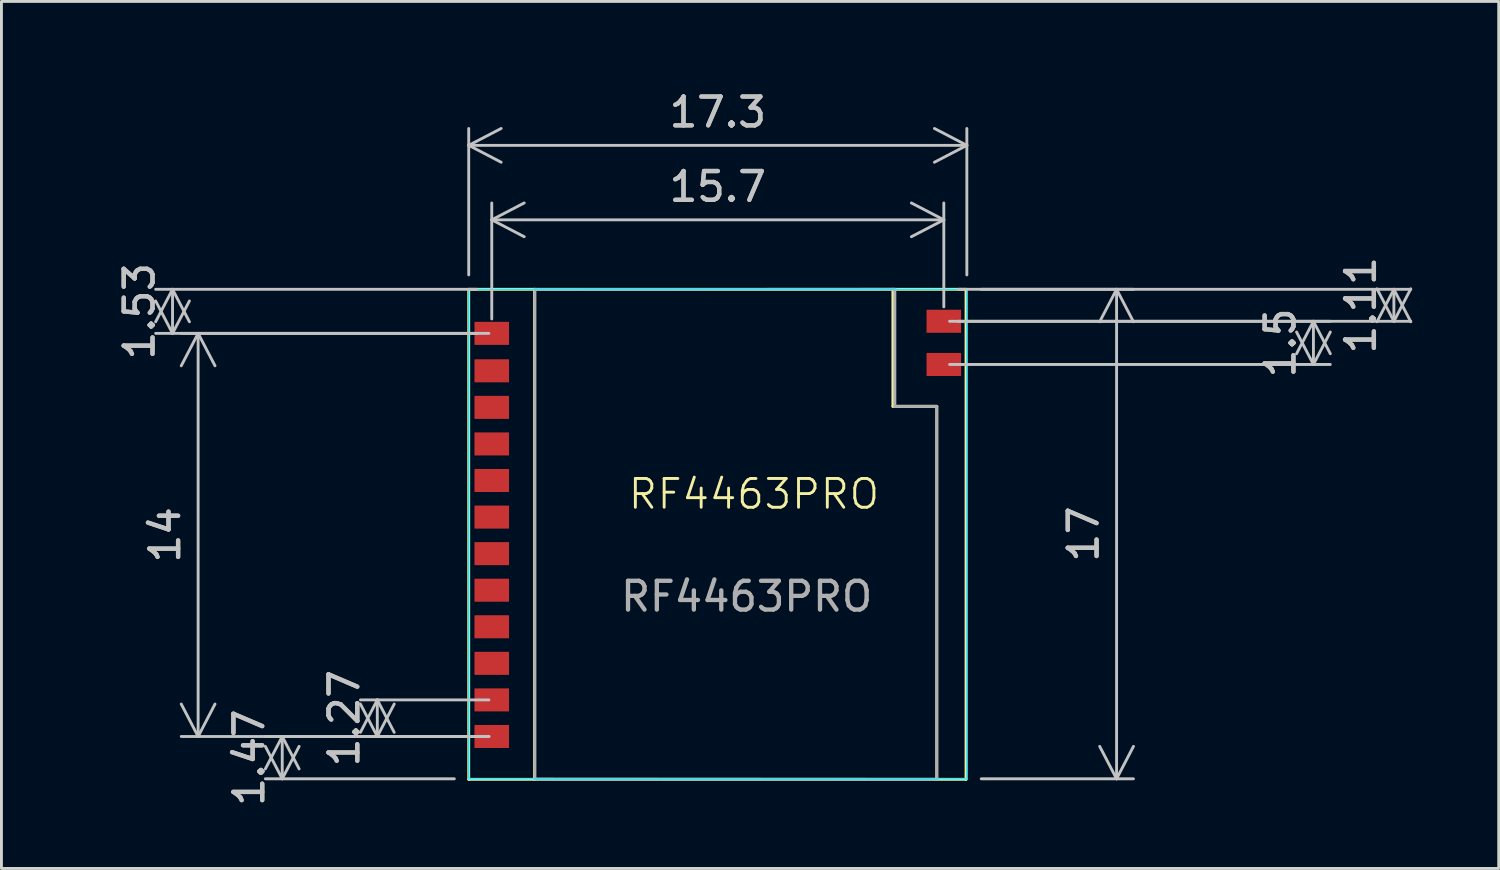
<source format=kicad_pcb>
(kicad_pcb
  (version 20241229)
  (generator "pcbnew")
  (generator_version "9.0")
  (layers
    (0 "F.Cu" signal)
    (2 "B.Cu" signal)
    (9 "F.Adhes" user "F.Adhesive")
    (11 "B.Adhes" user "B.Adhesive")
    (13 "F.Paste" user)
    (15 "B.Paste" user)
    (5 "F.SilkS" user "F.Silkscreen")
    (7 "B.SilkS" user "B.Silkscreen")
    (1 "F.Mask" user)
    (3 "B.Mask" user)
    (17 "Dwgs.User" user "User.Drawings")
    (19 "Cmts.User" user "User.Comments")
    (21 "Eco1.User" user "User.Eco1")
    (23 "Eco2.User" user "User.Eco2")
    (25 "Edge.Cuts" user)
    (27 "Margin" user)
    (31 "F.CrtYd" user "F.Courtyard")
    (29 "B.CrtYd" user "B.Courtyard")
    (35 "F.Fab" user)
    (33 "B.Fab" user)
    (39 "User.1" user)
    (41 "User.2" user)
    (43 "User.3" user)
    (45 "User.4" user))
  (footprint "RF4463PRO"
    (layer "F.Cu")
    (at 13.229 6.998)
    (property "Reference" "RF4463PRO" (at 9.906 7.112 0) (unlocked yes) (layer "F.SilkS") (effects (font (size 1 1) (thickness 0.1))))
    (attr smd)
    (fp_line (start 0 0) (end 2.286 0) (stroke (width 0.1) (type default)) (layer "F.SilkS"))
    (fp_line (start 0 17.018) (end 0 0) (stroke (width 0.1) (type default)) (layer "F.SilkS"))
    (fp_line (start 2.286 0) (end 2.286 17.018) (stroke (width 0.1) (type default)) (layer "F.SilkS"))
    (fp_line (start 2.286 17.018) (end 0 17.018) (stroke (width 0.1) (type default)) (layer "F.SilkS"))
    (fp_line (start 2.286 17.018) (end 16.256 17.018) (stroke (width 0.1) (type default)) (layer "F.SilkS"))
    (fp_line (start 14.732 0) (end 2.286 0) (stroke (width 0.1) (type default)) (layer "F.SilkS"))
    (fp_line (start 14.732 0) (end 17.272 0) (stroke (width 0.1) (type default)) (layer "F.SilkS"))
    (fp_line (start 14.732 4.064) (end 14.732 0) (stroke (width 0.1) (type default)) (layer "F.SilkS"))
    (fp_line (start 16.256 4.064) (end 14.732 4.064) (stroke (width 0.1) (type default)) (layer "F.SilkS"))
    (fp_line (start 16.256 17.018) (end 16.256 4.064) (stroke (width 0.1) (type default)) (layer "F.SilkS"))
    (fp_line (start 16.256 17.018) (end 17.272 17.018) (stroke (width 0.1) (type default)) (layer "F.SilkS"))
    (fp_line (start 17.272 17.018) (end 17.272 0) (stroke (width 0.1) (type default)) (layer "F.SilkS"))
    (fp_line (start 0 0) (end 0 17) (stroke (width 0.05) (type solid)) (layer "B.CrtYd"))
    (fp_line (start 0 0) (end 17.3 0) (stroke (width 0.05) (type solid)) (layer "B.CrtYd"))
    (fp_line (start 17.3 0) (end 17.3 17) (stroke (width 0.05) (type solid)) (layer "B.CrtYd"))
    (fp_line (start 17.3 17) (end 0 17) (stroke (width 0.05) (type default)) (layer "B.CrtYd"))
    (fp_line (start 2.3 0.009) (end 2.3 17.009) (stroke (width 0.1) (type solid)) (layer "F.Fab"))
    (fp_line (start 14.8 0) (end 2.3 0.009) (stroke (width 0.1) (type default)) (layer "F.Fab"))
    (fp_line (start 14.8 0) (end 14.8 4.064) (stroke (width 0.1) (type default)) (layer "F.Fab"))
    (fp_line (start 14.8 4.064) (end 16.256 4.064) (stroke (width 0.1) (type default)) (layer "F.Fab"))
    (fp_line (start 16.256 4.064) (end 16.256 17.018) (stroke (width 0.1) (type default)) (layer "F.Fab"))
    (fp_line (start 16.256 17.018) (end 2.3 17.009) (stroke (width 0.1) (type default)) (layer "F.Fab"))
    (fp_text user "${REFERENCE}" (at 9.652 10.668 0) (unlocked yes) (layer "F.Fab") (effects (font (size 1 1) (thickness 0.15))))
    (dimension (type orthogonal) (layer "Dwgs.User") (pts (xy 14.029 8.528) (xy 13.991 6.998)) (height -11.087) (orientation 1) (format (prefix "") (suffix "") (units 3) (units_format 0) (precision 4) (suppress_zeroes yes)) (style (thickness 0.1) (arrow_length 1.27) (text_position_mode 0) (arrow_direction outward) (extension_height 0.586) (extension_offset 0.5) (keep_text_aligned yes)) (gr_text "1.53" (at 1.792 7.763 90) (layer "Dwgs.User") (effects (font (size 1 1) (thickness 0.15)))))
    (dimension (type orthogonal) (layer "Dwgs.User") (pts (xy 14.429 22.528) (xy 13.229 23.998)) (height -7.677) (orientation 1) (format (prefix "") (suffix "") (units 3) (units_format 0) (precision 4) (suppress_zeroes yes)) (style (thickness 0.1) (arrow_length 1.27) (text_position_mode 0) (arrow_direction outward) (extension_height 0.586) (extension_offset 0.5) (keep_text_aligned yes)) (gr_text "1.47" (at 5.602 23.263 90) (layer "Dwgs.User") (effects (font (size 1 1) (thickness 0.15)))))
    (dimension (type orthogonal) (layer "Dwgs.User") (pts (xy 29.729 8.108) (xy 14.029 8.528)) (height -3.523) (orientation 0) (format (prefix "") (suffix "") (units 3) (units_format 0) (precision 4) (suppress_zeroes yes)) (style (thickness 0.1) (arrow_length 1.27) (text_position_mode 0) (arrow_direction outward) (extension_height 0.586) (extension_offset 0.5) (keep_text_aligned yes)) (gr_text "15.7" (at 21.879 3.435 0) (layer "Dwgs.User") (effects (font (size 1 1) (thickness 0.15)))))
    (dimension (type orthogonal) (layer "Dwgs.User") (pts (xy 30.529 6.998) (xy 30.529 23.998)) (height 5.2) (orientation 1) (format (prefix "") (suffix "") (units 3) (units_format 0) (precision 4) (suppress_zeroes yes)) (style (thickness 0.1) (arrow_length 1.27) (text_position_mode 0) (arrow_direction outward) (extension_height 0.586) (extension_offset 0.5) (keep_text_aligned yes)) (gr_text "17" (at 34.579 15.498 90) (layer "Dwgs.User") (effects (font (size 1 1) (thickness 0.15)))))
    (dimension (type orthogonal) (layer "Dwgs.User") (pts (xy 29.429 8.108) (xy 29.429 9.608)) (height 13.137) (orientation 1) (format (prefix "") (suffix "") (units 3) (units_format 0) (precision 4) (suppress_zeroes yes)) (style (thickness 0.1) (arrow_length 1.27) (text_position_mode 0) (arrow_direction outward) (extension_height 0.586) (extension_offset 0.5) (keep_text_aligned yes)) (gr_text "1.5" (at 41.416 8.858 90) (layer "Dwgs.User") (effects (font (size 1 1) (thickness 0.15)))))
    (dimension (type orthogonal) (layer "Dwgs.User") (pts (xy 13.229 6.998) (xy 30.529 6.998)) (height -5) (orientation 0) (format (prefix "") (suffix "") (units 3) (units_format 0) (precision 4) (suppress_zeroes yes)) (style (thickness 0.1) (arrow_length 1.27) (text_position_mode 0) (arrow_direction outward) (extension_height 0.586) (extension_offset 0.5) (keep_text_aligned yes)) (gr_text "17.3" (at 21.879 0.848 0) (layer "Dwgs.User") (effects (font (size 1 1) (thickness 0.15)))))
    (dimension (type orthogonal) (layer "Dwgs.User") (pts (xy 14.429 22.528) (xy 14.429 21.258)) (height -4.375) (orientation 1) (format (prefix "") (suffix "") (units 3) (units_format 0) (precision 4) (suppress_zeroes yes)) (style (thickness 0.1) (arrow_length 1.27) (text_position_mode 0) (arrow_direction outward) (extension_height 0.586) (extension_offset 0.5) (keep_text_aligned yes)) (gr_text "1.27" (at 8.904 21.893 90) (layer "Dwgs.User") (effects (font (size 1 1) (thickness 0.15)))))
    (dimension (type orthogonal) (layer "Dwgs.User") (pts (xy 14.429 22.528) (xy 14.429 8.528)) (height -10.598) (orientation 1) (format (prefix "") (suffix "") (units 3) (units_format 0) (precision 4) (suppress_zeroes yes)) (style (thickness 0.1) (arrow_length 1.27) (text_position_mode 0) (arrow_direction outward) (extension_height 0.586) (extension_offset 0.5) (keep_text_aligned yes)) (gr_text "14" (at 2.681 15.528 90) (layer "Dwgs.User") (effects (font (size 1 1) (thickness 0.15)))))
    (dimension (type orthogonal) (layer "Dwgs.User") (pts (xy 29.729 8.108) (xy 29.739 6.998)) (height 15.631) (orientation 1) (format (prefix "") (suffix "") (units 3) (units_format 0) (precision 4) (suppress_zeroes yes)) (style (thickness 0.1) (arrow_length 1.27) (text_position_mode 0) (arrow_direction outward) (extension_height 0.586) (extension_offset 0.5) (keep_text_aligned yes)) (gr_text "1.11" (at 44.21 7.553 90) (layer "Dwgs.User") (effects (font (size 1 1) (thickness 0.15)))))
    (pad "1" smd rect (at 0.8 1.53) (size 1.2 0.8) (layers "F.Cu" "F.Mask" "F.Paste"))
    (pad "2" smd rect (at 0.8 2.83) (size 1.2 0.8) (layers "F.Cu" "F.Mask" "F.Paste"))
    (pad "3" smd rect (at 0.8 4.1) (size 1.2 0.8) (layers "F.Cu" "F.Mask" "F.Paste"))
    (pad "4" smd rect (at 0.8 5.37) (size 1.2 0.8) (layers "F.Cu" "F.Mask" "F.Paste"))
    (pad "5" smd rect (at 0.8 6.64) (size 1.2 0.8) (layers "F.Cu" "F.Mask" "F.Paste"))
    (pad "6" smd rect (at 0.8 7.91) (size 1.2 0.8) (layers "F.Cu" "F.Mask" "F.Paste"))
    (pad "7" smd rect (at 0.8 9.18) (size 1.2 0.8) (layers "F.Cu" "F.Mask" "F.Paste"))
    (pad "8" smd rect (at 0.8 10.45) (size 1.2 0.8) (layers "F.Cu" "F.Mask" "F.Paste"))
    (pad "9" smd rect (at 0.8 11.72) (size 1.2 0.8) (layers "F.Cu" "F.Mask" "F.Paste"))
    (pad "10" smd rect (at 0.8 12.99) (size 1.2 0.8) (layers "F.Cu" "F.Mask" "F.Paste"))
    (pad "11" smd rect (at 0.8 14.26) (size 1.2 0.8) (layers "F.Cu" "F.Mask" "F.Paste"))
    (pad "12" smd rect (at 0.8 15.53) (size 1.2 0.8) (layers "F.Cu" "F.Mask" "F.Paste"))
    (pad "13" smd rect (at 16.5 2.61) (size 1.2 0.8) (layers "F.Cu" "F.Mask" "F.Paste"))
    (pad "14" smd rect (at 16.5 1.11) (size 1.2 0.8) (layers "F.Cu" "F.Mask" "F.Paste")))
  (gr_rect
    (start -3 -3)
    (end 49.001 27.112)
    (stroke (width 0.1) (type default))
    (fill no)
    (layer "Edge.Cuts")))
</source>
